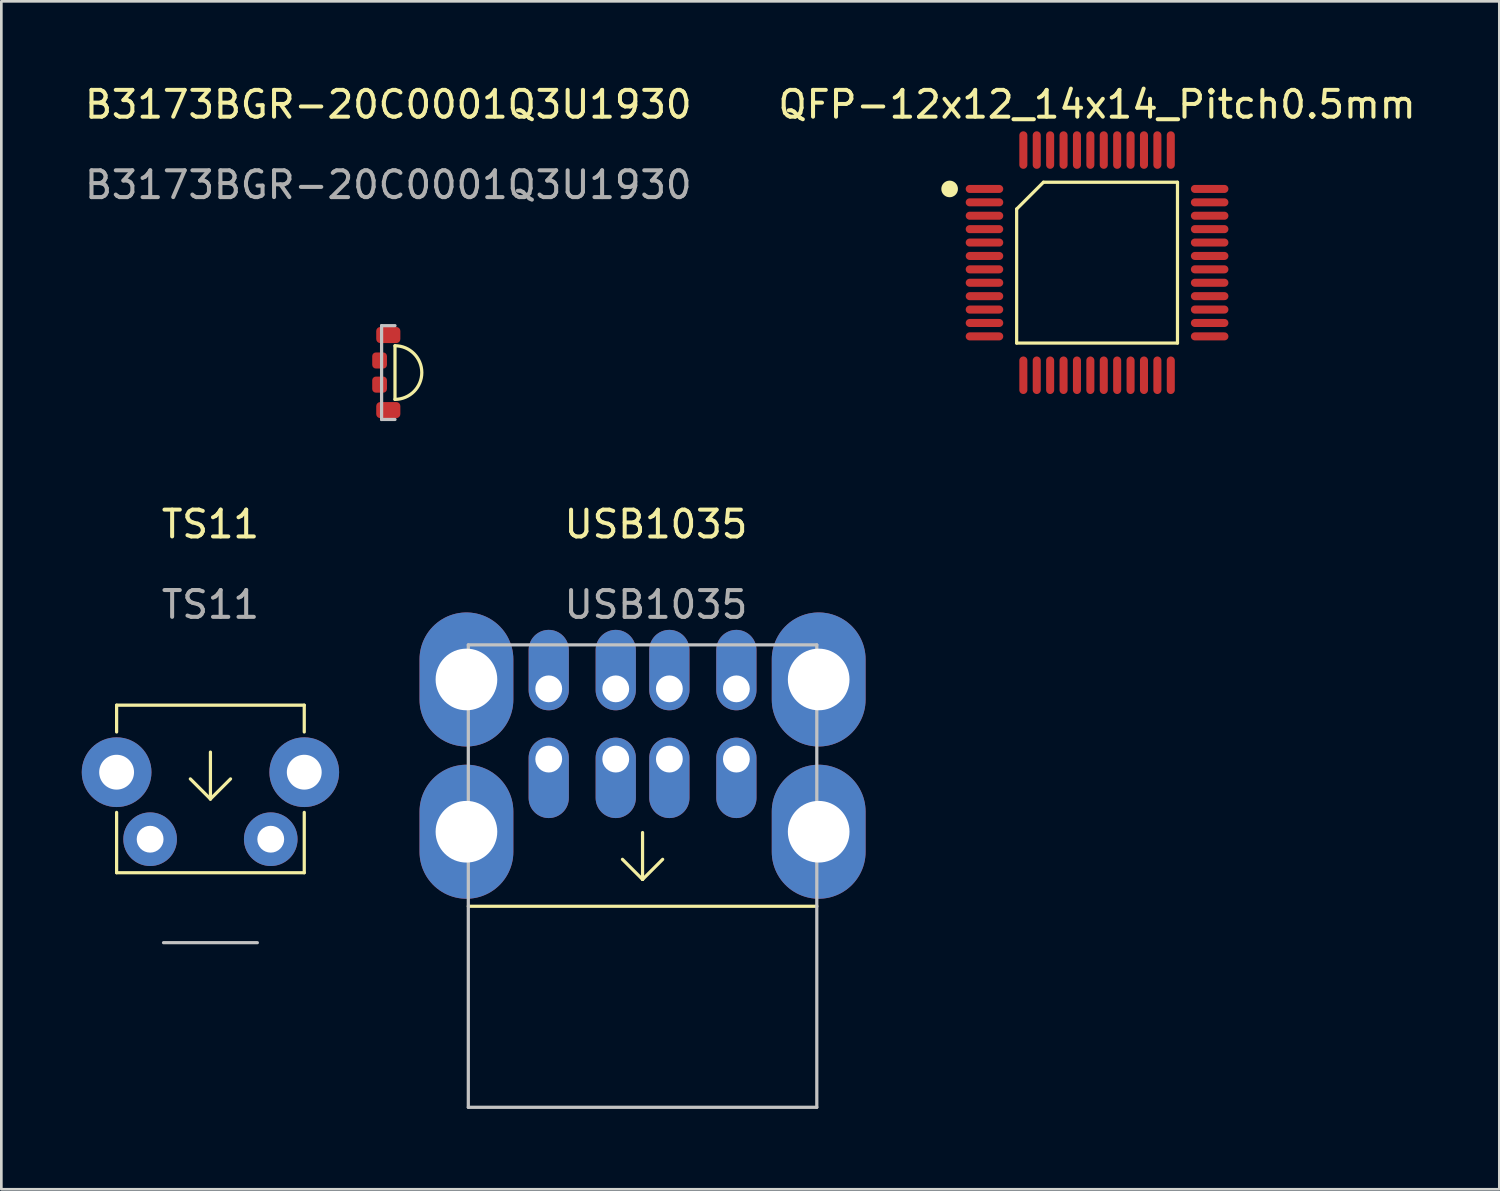
<source format=kicad_pcb>
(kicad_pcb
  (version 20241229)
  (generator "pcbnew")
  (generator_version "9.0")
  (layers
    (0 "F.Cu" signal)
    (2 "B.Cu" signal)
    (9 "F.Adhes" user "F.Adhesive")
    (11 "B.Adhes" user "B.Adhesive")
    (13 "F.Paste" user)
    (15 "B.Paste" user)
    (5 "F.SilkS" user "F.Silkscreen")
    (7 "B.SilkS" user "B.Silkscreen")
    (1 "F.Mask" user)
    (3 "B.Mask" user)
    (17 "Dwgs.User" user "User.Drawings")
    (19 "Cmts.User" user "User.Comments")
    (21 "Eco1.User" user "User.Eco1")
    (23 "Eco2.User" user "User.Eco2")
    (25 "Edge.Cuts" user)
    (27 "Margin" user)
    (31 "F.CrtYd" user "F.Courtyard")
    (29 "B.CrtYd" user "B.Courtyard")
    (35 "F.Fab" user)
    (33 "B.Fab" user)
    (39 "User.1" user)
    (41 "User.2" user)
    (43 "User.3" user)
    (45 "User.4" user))
  (footprint "B3173BGR-20C0001Q3U1930"
    (layer "F.Cu")
    (at 11.435 10.848)
    (property "Reference" "B3173BGR-20C0001Q3U1930" (at 0 -10 0) (unlocked yes) (layer "F.SilkS") (effects (font (size 1 1) (thickness 0.15))))
    (attr smd)
    (fp_line (start 0.25 -1) (end 0.25 1) (stroke (width 0.12) (type solid)) (layer "F.SilkS"))
    (fp_arc (start 0.25 -1) (mid 1.25 0) (end 0.25 1) (stroke (width 0.12) (type solid)) (layer "F.SilkS"))
    (fp_line (start -0.25 -1.75) (end 0.25 -1.75) (stroke (width 0.12) (type solid)) (layer "Dwgs.User"))
    (fp_line (start -0.25 1.75) (end -0.25 -1.75) (stroke (width 0.12) (type solid)) (layer "Dwgs.User"))
    (fp_line (start 0.25 1.75) (end -0.25 1.75) (stroke (width 0.12) (type solid)) (layer "Dwgs.User"))
    (fp_text user "${REFERENCE}" (at 0 -7 0) (unlocked yes) (layer "F.Fab") (effects (font (size 1 1) (thickness 0.15))))
    (pad "1" smd roundrect (at 0 1.4) (size 0.9 0.6) (layers "F.Cu" "F.Mask" "F.Paste") (roundrect_rratio 0.25))
    (pad "2" smd roundrect (at -0.325 0.45) (size 0.55 0.6) (layers "F.Cu" "F.Mask" "F.Paste") (roundrect_rratio 0.25))
    (pad "3" smd roundrect (at -0.325 -0.45) (size 0.55 0.6) (layers "F.Cu" "F.Mask" "F.Paste") (roundrect_rratio 0.25))
    (pad "4" smd roundrect (at 0 -1.4) (size 0.9 0.6) (layers "F.Cu" "F.Mask" "F.Paste") (roundrect_rratio 0.25)))
  (footprint "QFP-12x12_14x14_Pitch0.5mm"
    (layer "F.Cu")
    (at 37.875 6.748)
    (property "Reference" "QFP-12x12_14x14_Pitch0.5mm" (at 0 -5.9 0) (layer "F.SilkS") (effects (font (size 1 1) (thickness 0.15))))
    (attr smd)
    (fp_line (start -3 -2) (end -2 -3) (stroke (width 0.12) (type solid)) (layer "F.SilkS"))
    (fp_line (start -3 3) (end -3 -2) (stroke (width 0.12) (type solid)) (layer "F.SilkS"))
    (fp_line (start -2 -3) (end 3 -3) (stroke (width 0.12) (type solid)) (layer "F.SilkS"))
    (fp_line (start 3 -3) (end 3 3) (stroke (width 0.12) (type solid)) (layer "F.SilkS"))
    (fp_line (start 3 3) (end -3 3) (stroke (width 0.12) (type solid)) (layer "F.SilkS"))
    (fp_circle (center -5.5 -2.75) (end -5.25 -2.75) (stroke (width 0.12) (type solid)) (fill yes) (layer "F.SilkS"))
    (pad "1" smd oval (at -4.2 -2.75 90) (size 0.3 1.4) (layers "F.Cu" "F.Mask" "F.Paste"))
    (pad "2" smd oval (at -4.2 -2.25 90) (size 0.3 1.4) (layers "F.Cu" "F.Mask" "F.Paste"))
    (pad "3" smd oval (at -4.2 -1.75 90) (size 0.3 1.4) (layers "F.Cu" "F.Mask" "F.Paste"))
    (pad "4" smd oval (at -4.2 -1.25 90) (size 0.3 1.4) (layers "F.Cu" "F.Mask" "F.Paste"))
    (pad "5" smd oval (at -4.2 -0.75 90) (size 0.3 1.4) (layers "F.Cu" "F.Mask" "F.Paste"))
    (pad "6" smd oval (at -4.2 -0.25 90) (size 0.3 1.4) (layers "F.Cu" "F.Mask" "F.Paste"))
    (pad "7" smd oval (at -4.2 0.25 90) (size 0.3 1.4) (layers "F.Cu" "F.Mask" "F.Paste"))
    (pad "8" smd oval (at -4.2 0.75 90) (size 0.3 1.4) (layers "F.Cu" "F.Mask" "F.Paste"))
    (pad "9" smd oval (at -4.2 1.25 90) (size 0.3 1.4) (layers "F.Cu" "F.Mask" "F.Paste"))
    (pad "10" smd oval (at -4.2 1.75 90) (size 0.3 1.4) (layers "F.Cu" "F.Mask" "F.Paste"))
    (pad "11" smd oval (at -4.2 2.25 90) (size 0.3 1.4) (layers "F.Cu" "F.Mask" "F.Paste"))
    (pad "12" smd oval (at -4.2 2.75 90) (size 0.3 1.4) (layers "F.Cu" "F.Mask" "F.Paste"))
    (pad "13" smd oval (at -2.75 4.2) (size 0.3 1.4) (layers "F.Cu" "F.Mask" "F.Paste"))
    (pad "14" smd oval (at -2.25 4.2) (size 0.3 1.4) (layers "F.Cu" "F.Mask" "F.Paste"))
    (pad "15" smd oval (at -1.75 4.2) (size 0.3 1.4) (layers "F.Cu" "F.Mask" "F.Paste"))
    (pad "16" smd oval (at -1.25 4.2) (size 0.3 1.4) (layers "F.Cu" "F.Mask" "F.Paste"))
    (pad "17" smd oval (at -0.75 4.2) (size 0.3 1.4) (layers "F.Cu" "F.Mask" "F.Paste"))
    (pad "18" smd oval (at -0.25 4.2) (size 0.3 1.4) (layers "F.Cu" "F.Mask" "F.Paste"))
    (pad "19" smd oval (at 0.25 4.2) (size 0.3 1.4) (layers "F.Cu" "F.Mask" "F.Paste"))
    (pad "20" smd oval (at 0.75 4.2) (size 0.3 1.4) (layers "F.Cu" "F.Mask" "F.Paste"))
    (pad "21" smd oval (at 1.25 4.2) (size 0.3 1.4) (layers "F.Cu" "F.Mask" "F.Paste"))
    (pad "22" smd oval (at 1.75 4.2) (size 0.3 1.4) (layers "F.Cu" "F.Mask" "F.Paste"))
    (pad "23" smd oval (at 2.25 4.2) (size 0.3 1.4) (layers "F.Cu" "F.Mask" "F.Paste"))
    (pad "24" smd oval (at 2.75 4.2) (size 0.3 1.4) (layers "F.Cu" "F.Mask" "F.Paste"))
    (pad "25" smd oval (at 4.2 2.75 90) (size 0.3 1.4) (layers "F.Cu" "F.Mask" "F.Paste"))
    (pad "26" smd oval (at 4.2 2.25 90) (size 0.3 1.4) (layers "F.Cu" "F.Mask" "F.Paste"))
    (pad "27" smd oval (at 4.2 1.75 90) (size 0.3 1.4) (layers "F.Cu" "F.Mask" "F.Paste"))
    (pad "28" smd oval (at 4.2 1.25 90) (size 0.3 1.4) (layers "F.Cu" "F.Mask" "F.Paste"))
    (pad "29" smd oval (at 4.2 0.75 90) (size 0.3 1.4) (layers "F.Cu" "F.Mask" "F.Paste"))
    (pad "30" smd oval (at 4.2 0.25 90) (size 0.3 1.4) (layers "F.Cu" "F.Mask" "F.Paste"))
    (pad "31" smd oval (at 4.2 -0.25 90) (size 0.3 1.4) (layers "F.Cu" "F.Mask" "F.Paste"))
    (pad "32" smd oval (at 4.2 -0.75 90) (size 0.3 1.4) (layers "F.Cu" "F.Mask" "F.Paste"))
    (pad "33" smd oval (at 4.2 -1.25 90) (size 0.3 1.4) (layers "F.Cu" "F.Mask" "F.Paste"))
    (pad "34" smd oval (at 4.2 -1.75 90) (size 0.3 1.4) (layers "F.Cu" "F.Mask" "F.Paste"))
    (pad "35" smd oval (at 4.2 -2.25 90) (size 0.3 1.4) (layers "F.Cu" "F.Mask" "F.Paste"))
    (pad "36" smd oval (at 4.2 -2.75 90) (size 0.3 1.4) (layers "F.Cu" "F.Mask" "F.Paste"))
    (pad "37" smd oval (at 2.75 -4.2) (size 0.3 1.4) (layers "F.Cu" "F.Mask" "F.Paste"))
    (pad "38" smd oval (at 2.25 -4.2) (size 0.3 1.4) (layers "F.Cu" "F.Mask" "F.Paste"))
    (pad "39" smd oval (at 1.75 -4.2) (size 0.3 1.4) (layers "F.Cu" "F.Mask" "F.Paste"))
    (pad "40" smd oval (at 1.25 -4.2) (size 0.3 1.4) (layers "F.Cu" "F.Mask" "F.Paste"))
    (pad "41" smd oval (at 0.75 -4.2) (size 0.3 1.4) (layers "F.Cu" "F.Mask" "F.Paste"))
    (pad "42" smd oval (at 0.25 -4.2) (size 0.3 1.4) (layers "F.Cu" "F.Mask" "F.Paste"))
    (pad "43" smd oval (at -0.25 -4.2) (size 0.3 1.4) (layers "F.Cu" "F.Mask" "F.Paste"))
    (pad "44" smd oval (at -0.75 -4.2) (size 0.3 1.4) (layers "F.Cu" "F.Mask" "F.Paste"))
    (pad "45" smd oval (at -1.25 -4.2) (size 0.3 1.4) (layers "F.Cu" "F.Mask" "F.Paste"))
    (pad "46" smd oval (at -1.75 -4.2) (size 0.3 1.4) (layers "F.Cu" "F.Mask" "F.Paste"))
    (pad "47" smd oval (at -2.25 -4.2) (size 0.3 1.4) (layers "F.Cu" "F.Mask" "F.Paste"))
    (pad "48" smd oval (at -2.75 -4.2) (size 0.3 1.4) (layers "F.Cu" "F.Mask" "F.Paste")))
  (footprint "USB1035"
    (layer "F.Cu")
    (at 20.92 30.727)
    (property "Reference" "USB1035" (at 0.5 -14.22 0) (unlocked yes) (layer "F.SilkS") (effects (font (size 1 1) (thickness 0.15))))
    (attr through_hole)
    (fp_line (start -6.5 0.03) (end 6.5 0.03) (stroke (width 0.12) (type solid)) (layer "F.SilkS"))
    (fp_line (start 0 -2.72) (end 0 -0.97) (stroke (width 0.12) (type solid)) (layer "F.SilkS"))
    (fp_line (start 0 -0.97) (end -0.75 -1.72) (stroke (width 0.12) (type solid)) (layer "F.SilkS"))
    (fp_line (start 0 -0.97) (end 0.75 -1.72) (stroke (width 0.12) (type solid)) (layer "F.SilkS"))
    (fp_line (start -6.5 -9.72) (end 6.5 -9.72) (stroke (width 0.12) (type solid)) (layer "Dwgs.User"))
    (fp_line (start -6.5 7.53) (end -6.5 -9.72) (stroke (width 0.12) (type solid)) (layer "Dwgs.User"))
    (fp_line (start 6.5 -9.72) (end 6.5 7.53) (stroke (width 0.12) (type solid)) (layer "Dwgs.User"))
    (fp_line (start 6.5 7.53) (end -6.5 7.53) (stroke (width 0.12) (type solid)) (layer "Dwgs.User"))
    (fp_text user "${REFERENCE}" (at 0.5 -11.22 0) (unlocked yes) (layer "F.Fab") (effects (font (size 1 1) (thickness 0.15))))
    (pad "1A" thru_hole oval (at -3.5 -8.08) (size 1.5 3) (drill 1 (offset 0 -0.7)) (layers "*.Cu" "*.Mask"))
    (pad "1B" thru_hole oval (at -3.5 -5.46) (size 1.5 3) (drill 1 (offset 0 0.7)) (layers "*.Cu" "*.Mask"))
    (pad "2A" thru_hole oval (at -1 -8.08) (size 1.5 3) (drill 1 (offset 0 -0.7)) (layers "*.Cu" "*.Mask"))
    (pad "2B" thru_hole oval (at -1 -5.46) (size 1.5 3) (drill 1 (offset 0 0.7)) (layers "*.Cu" "*.Mask"))
    (pad "3A" thru_hole oval (at 1 -8.08) (size 1.5 3) (drill 1 (offset 0 -0.7)) (layers "*.Cu" "*.Mask"))
    (pad "3B" thru_hole oval (at 1 -5.46) (size 1.5 3) (drill 1 (offset 0 0.7)) (layers "*.Cu" "*.Mask"))
    (pad "4A" thru_hole oval (at 3.5 -8.08) (size 1.5 3) (drill 1 (offset 0 -0.7)) (layers "*.Cu" "*.Mask"))
    (pad "4B" thru_hole oval (at 3.5 -5.46) (size 1.5 3) (drill 1 (offset 0 0.7)) (layers "*.Cu" "*.Mask"))
    (pad "S" thru_hole oval (at -6.57 -8.43) (size 3.5 5) (drill 2.3) (layers "*.Cu" "*.Mask"))
    (pad "S" thru_hole oval (at -6.57 -2.75) (size 3.5 5) (drill 2.3) (layers "*.Cu" "*.Mask"))
    (pad "S" thru_hole oval (at 6.57 -8.43) (size 3.5 5) (drill 2.3) (layers "*.Cu" "*.Mask"))
    (pad "S" thru_hole oval (at 6.57 -2.75) (size 3.5 5) (drill 2.3) (layers "*.Cu" "*.Mask")))
  (footprint "TS11"
    (layer "F.Cu")
    (at 4.8 27.006)
    (property "Reference" "TS11" (at 0 -10.5 0) (unlocked yes) (layer "F.SilkS") (effects (font (size 1 1) (thickness 0.15))))
    (attr through_hole)
    (fp_line (start -3.5 -3.75) (end 3.5 -3.75) (stroke (width 0.12) (type solid)) (layer "F.SilkS"))
    (fp_line (start -3.5 -2.75) (end -3.5 -3.75) (stroke (width 0.12) (type solid)) (layer "F.SilkS"))
    (fp_line (start -3.5 2.5) (end -3.5 0.25) (stroke (width 0.12) (type solid)) (layer "F.SilkS"))
    (fp_line (start 0 -2) (end 0 -0.25) (stroke (width 0.12) (type solid)) (layer "F.SilkS"))
    (fp_line (start 0 -0.25) (end -0.75 -1) (stroke (width 0.12) (type solid)) (layer "F.SilkS"))
    (fp_line (start 0 -0.25) (end 0.75 -1) (stroke (width 0.12) (type solid)) (layer "F.SilkS"))
    (fp_line (start 3.5 -3.75) (end 3.5 -2.75) (stroke (width 0.12) (type solid)) (layer "F.SilkS"))
    (fp_line (start 3.5 0.25) (end 3.5 2.5) (stroke (width 0.12) (type solid)) (layer "F.SilkS"))
    (fp_line (start 3.5 2.5) (end -3.5 2.5) (stroke (width 0.12) (type solid)) (layer "F.SilkS"))
    (fp_line (start -1.75 5.11) (end 1.75 5.11) (stroke (width 0.12) (type solid)) (layer "Dwgs.User"))
    (fp_text user "${REFERENCE}" (at 0 -7.5 0) (unlocked yes) (layer "F.Fab") (effects (font (size 1 1) (thickness 0.15))))
    (pad "1" thru_hole circle (at -2.25 1.25) (size 2 2) (drill 1) (layers "*.Cu" "*.Mask"))
    (pad "2" thru_hole circle (at 2.25 1.25) (size 2 2) (drill 1) (layers "*.Cu" "*.Mask"))
    (pad "M" thru_hole circle (at -3.5 -1.25) (size 2.6 2.6) (drill 1.3) (layers "*.Cu" "*.Mask"))
    (pad "M" thru_hole circle (at 3.5 -1.25) (size 2.6 2.6) (drill 1.3) (layers "*.Cu" "*.Mask")))
  (gr_rect
    (start -3 -3)
    (end 52.881 41.316)
    (stroke (width 0.1) (type default))
    (fill no)
    (layer "Edge.Cuts")))
</source>
